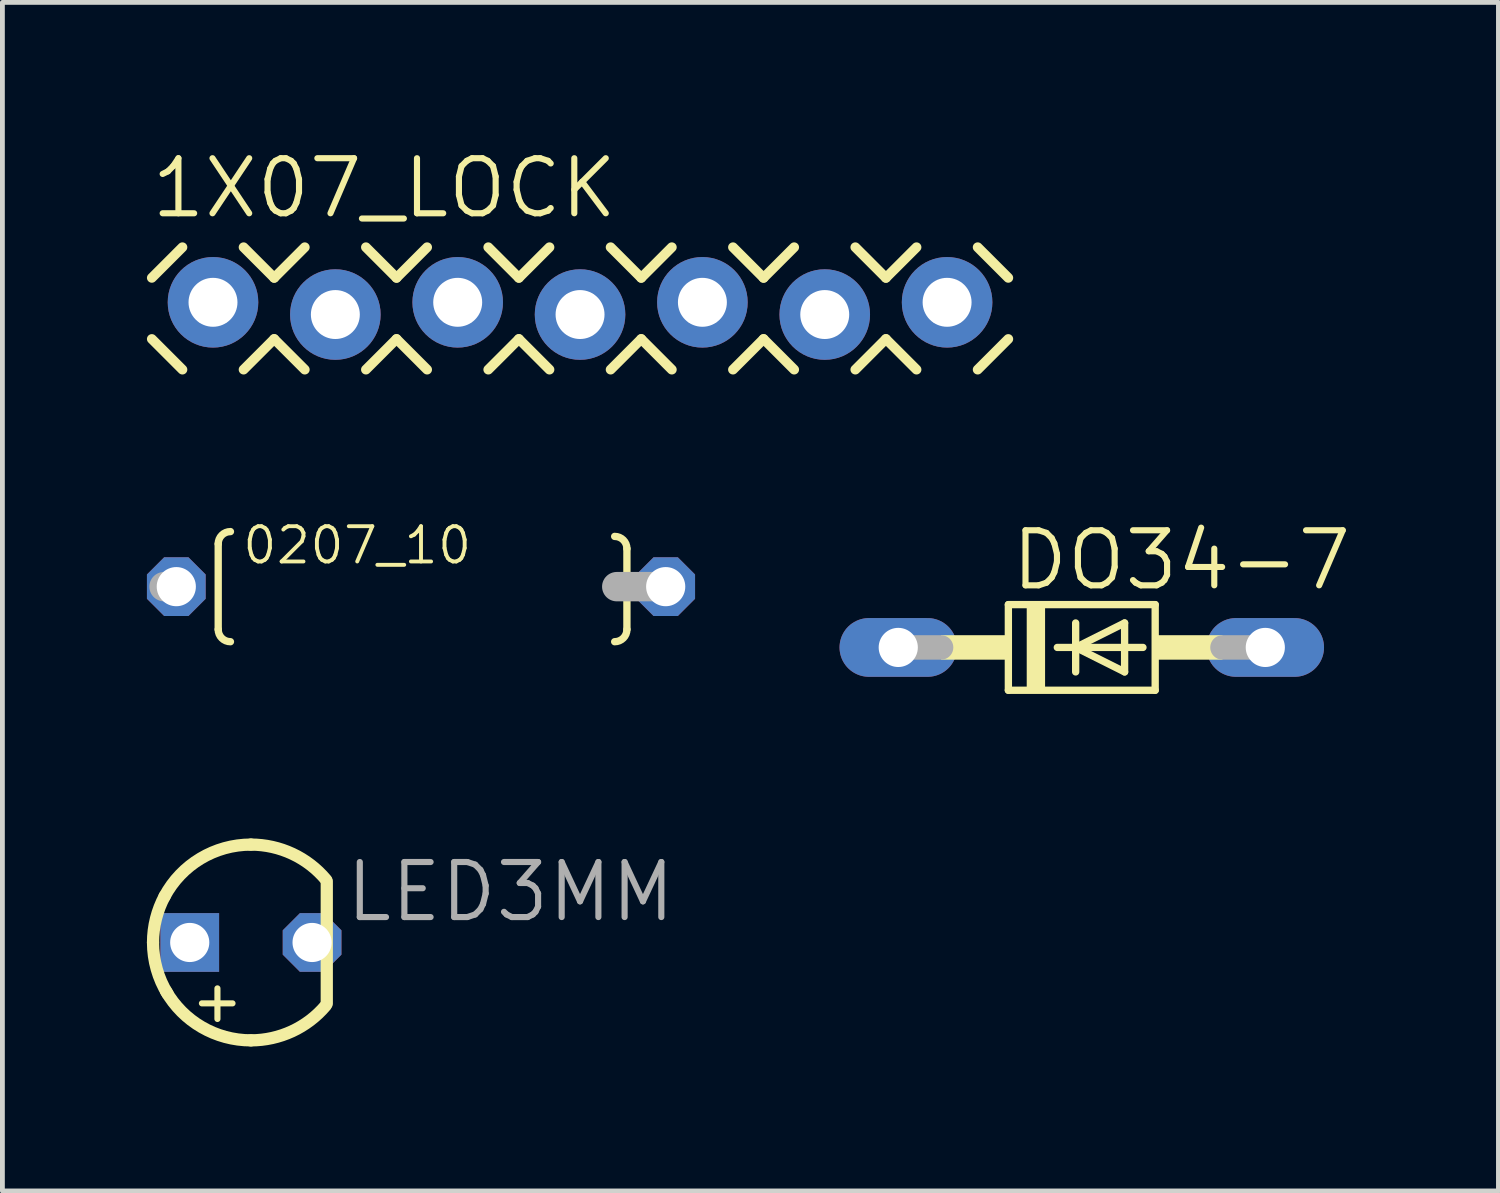
<source format=kicad_pcb>
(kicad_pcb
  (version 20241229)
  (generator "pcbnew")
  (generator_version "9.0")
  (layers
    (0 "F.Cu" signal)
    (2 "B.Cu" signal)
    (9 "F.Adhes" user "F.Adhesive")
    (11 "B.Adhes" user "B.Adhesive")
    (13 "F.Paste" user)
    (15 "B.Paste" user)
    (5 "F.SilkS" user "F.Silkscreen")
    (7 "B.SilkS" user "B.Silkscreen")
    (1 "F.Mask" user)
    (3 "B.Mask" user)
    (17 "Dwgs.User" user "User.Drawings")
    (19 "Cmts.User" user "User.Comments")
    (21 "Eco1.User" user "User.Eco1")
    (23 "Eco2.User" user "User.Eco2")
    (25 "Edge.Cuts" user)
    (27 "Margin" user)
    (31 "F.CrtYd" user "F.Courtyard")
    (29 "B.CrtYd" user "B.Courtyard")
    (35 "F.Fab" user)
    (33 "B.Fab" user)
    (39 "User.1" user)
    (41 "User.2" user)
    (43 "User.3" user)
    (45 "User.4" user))
  (footprint "0207_10"
    (layer "F.Cu")
    (at 5.69 9.129)
    (property "Reference" "0207_10" (at -3.748 -0.429 0) (unlocked yes) (layer "F.SilkS") (effects (font (size 0.732 0.732) (thickness 0.081)) (justify left bottom)))
    (fp_line (start -4.21 0.889) (end -4.21 -0.889) (stroke (width 0.152) (type solid)) (layer "F.SilkS"))
    (fp_line (start 4.275 0.889) (end 4.275 -0.789) (stroke (width 0.152) (type solid)) (layer "F.SilkS"))
    (fp_arc (start -4.21 -0.889) (mid -4.135605 -1.068605) (end -3.956 -1.143) (stroke (width 0.1524) (type solid)) (layer "F.SilkS"))
    (fp_arc (start -3.956 1.143) (mid -4.135605 1.068605) (end -4.21 0.889) (stroke (width 0.1524) (type solid)) (layer "F.SilkS"))
    (fp_arc (start 4.021 -1.043) (mid 4.200605 -0.968605) (end 4.275 -0.789) (stroke (width 0.1524) (type solid)) (layer "F.SilkS"))
    (fp_arc (start 4.275 0.889) (mid 4.200605 1.068605) (end 4.021 1.143) (stroke (width 0.1524) (type solid)) (layer "F.SilkS"))
    (fp_line (start -5.08 0) (end -5.334 0) (stroke (width 0.61) (type solid)) (layer "F.Fab"))
    (fp_line (start 5.08 0) (end 4.064 0) (stroke (width 0.61) (type solid)) (layer "F.Fab"))
    (pad "1" thru_hole roundrect (at -5.08 0) (size 1.219 1.219) (drill 0.813) (layers "*.Cu" "*.Mask") (roundrect_rratio 0.25) (chamfer_ratio 0.293) (chamfer top_left top_right bottom_left bottom_right))
    (pad "2" thru_hole roundrect (at 5.08 0) (size 1.219 1.219) (drill 0.813) (layers "*.Cu" "*.Mask") (roundrect_rratio 0.25) (chamfer_ratio 0.293) (chamfer top_left top_right bottom_left bottom_right)))
  (footprint "1X07_LOCK"
    (layer "F.Cu")
    (at 1.372 3.353)
    (property "Reference" "1X07_LOCK" (at -1.346 -1.829 0) (unlocked yes) (layer "F.SilkS") (effects (font (size 1.143 1.143) (thickness 0.127)) (justify left bottom)))
    (fp_line (start -1.27 0.635) (end -0.635 1.27) (stroke (width 0.203) (type solid)) (layer "F.SilkS"))
    (fp_line (start -0.635 -1.27) (end -1.27 -0.635) (stroke (width 0.203) (type solid)) (layer "F.SilkS"))
    (fp_line (start 0.635 -1.27) (end 1.27 -0.635) (stroke (width 0.203) (type solid)) (layer "F.SilkS"))
    (fp_line (start 1.27 -0.635) (end 1.905 -1.27) (stroke (width 0.203) (type solid)) (layer "F.SilkS"))
    (fp_line (start 1.27 0.635) (end 0.635 1.27) (stroke (width 0.203) (type solid)) (layer "F.SilkS"))
    (fp_line (start 1.905 1.27) (end 1.27 0.635) (stroke (width 0.203) (type solid)) (layer "F.SilkS"))
    (fp_line (start 3.175 -1.27) (end 3.81 -0.635) (stroke (width 0.203) (type solid)) (layer "F.SilkS"))
    (fp_line (start 3.81 -0.635) (end 4.445 -1.27) (stroke (width 0.203) (type solid)) (layer "F.SilkS"))
    (fp_line (start 3.81 0.635) (end 3.175 1.27) (stroke (width 0.203) (type solid)) (layer "F.SilkS"))
    (fp_line (start 4.445 1.27) (end 3.81 0.635) (stroke (width 0.203) (type solid)) (layer "F.SilkS"))
    (fp_line (start 5.715 -1.27) (end 6.35 -0.635) (stroke (width 0.203) (type solid)) (layer "F.SilkS"))
    (fp_line (start 6.35 0.635) (end 5.715 1.27) (stroke (width 0.203) (type solid)) (layer "F.SilkS"))
    (fp_line (start 6.35 0.635) (end 6.985 1.27) (stroke (width 0.203) (type solid)) (layer "F.SilkS"))
    (fp_line (start 6.985 -1.27) (end 6.35 -0.635) (stroke (width 0.203) (type solid)) (layer "F.SilkS"))
    (fp_line (start 8.255 -1.27) (end 8.89 -0.635) (stroke (width 0.203) (type solid)) (layer "F.SilkS"))
    (fp_line (start 8.89 -0.635) (end 9.525 -1.27) (stroke (width 0.203) (type solid)) (layer "F.SilkS"))
    (fp_line (start 8.89 0.635) (end 8.255 1.27) (stroke (width 0.203) (type solid)) (layer "F.SilkS"))
    (fp_line (start 9.525 1.27) (end 8.89 0.635) (stroke (width 0.203) (type solid)) (layer "F.SilkS"))
    (fp_line (start 10.795 -1.27) (end 11.43 -0.635) (stroke (width 0.203) (type solid)) (layer "F.SilkS"))
    (fp_line (start 11.43 -0.635) (end 12.065 -1.27) (stroke (width 0.203) (type solid)) (layer "F.SilkS"))
    (fp_line (start 11.43 0.635) (end 10.795 1.27) (stroke (width 0.203) (type solid)) (layer "F.SilkS"))
    (fp_line (start 12.065 1.27) (end 11.43 0.635) (stroke (width 0.203) (type solid)) (layer "F.SilkS"))
    (fp_line (start 13.335 -1.27) (end 13.97 -0.635) (stroke (width 0.203) (type solid)) (layer "F.SilkS"))
    (fp_line (start 13.97 0.635) (end 13.335 1.27) (stroke (width 0.203) (type solid)) (layer "F.SilkS"))
    (fp_line (start 13.97 0.635) (end 14.605 1.27) (stroke (width 0.203) (type solid)) (layer "F.SilkS"))
    (fp_line (start 14.605 -1.27) (end 13.97 -0.635) (stroke (width 0.203) (type solid)) (layer "F.SilkS"))
    (fp_line (start 15.875 -1.27) (end 16.51 -0.635) (stroke (width 0.203) (type solid)) (layer "F.SilkS"))
    (fp_line (start 16.51 0.635) (end 15.875 1.27) (stroke (width 0.203) (type solid)) (layer "F.SilkS"))
    (fp_poly (pts (xy -0.254 0.254) (xy 0.254 0.254) (xy 0.254 -0.254) (xy -0.254 -0.254)) (stroke (width 0.1) (type default)) (fill no) (layer "F.Fab"))
    (fp_poly (pts (xy 2.286 0.254) (xy 2.794 0.254) (xy 2.794 -0.254) (xy 2.286 -0.254)) (stroke (width 0.1) (type default)) (fill no) (layer "F.Fab"))
    (fp_poly (pts (xy 4.826 0.254) (xy 5.334 0.254) (xy 5.334 -0.254) (xy 4.826 -0.254)) (stroke (width 0.1) (type default)) (fill no) (layer "F.Fab"))
    (fp_poly (pts (xy 7.366 0.254) (xy 7.874 0.254) (xy 7.874 -0.254) (xy 7.366 -0.254)) (stroke (width 0.1) (type default)) (fill no) (layer "F.Fab"))
    (fp_poly (pts (xy 9.906 0.254) (xy 10.414 0.254) (xy 10.414 -0.254) (xy 9.906 -0.254)) (stroke (width 0.1) (type default)) (fill no) (layer "F.Fab"))
    (fp_poly (pts (xy 12.446 0.254) (xy 12.954 0.254) (xy 12.954 -0.254) (xy 12.446 -0.254)) (stroke (width 0.1) (type default)) (fill no) (layer "F.Fab"))
    (fp_poly (pts (xy 14.986 0.254) (xy 15.494 0.254) (xy 15.494 -0.254) (xy 14.986 -0.254)) (stroke (width 0.1) (type default)) (fill no) (layer "F.Fab"))
    (pad "1" thru_hole circle (at 0 -0.127 90) (size 1.88 1.88) (drill 1.016) (layers "*.Cu" "*.Mask"))
    (pad "2" thru_hole circle (at 2.54 0.127 90) (size 1.88 1.88) (drill 1.016) (layers "*.Cu" "*.Mask"))
    (pad "3" thru_hole circle (at 5.08 -0.127 90) (size 1.88 1.88) (drill 1.016) (layers "*.Cu" "*.Mask"))
    (pad "4" thru_hole circle (at 7.62 0.127 90) (size 1.88 1.88) (drill 1.016) (layers "*.Cu" "*.Mask"))
    (pad "5" thru_hole circle (at 10.16 -0.127 90) (size 1.88 1.88) (drill 1.016) (layers "*.Cu" "*.Mask"))
    (pad "6" thru_hole circle (at 12.7 0.127 90) (size 1.88 1.88) (drill 1.016) (layers "*.Cu" "*.Mask"))
    (pad "7" thru_hole circle (at 15.24 -0.127 90) (size 1.88 1.88) (drill 1.016) (layers "*.Cu" "*.Mask")))
  (footprint "DO34-7"
    (layer "F.Cu")
    (at 19.408 10.391)
    (property "Reference" "DO34-7" (at -1.524 -1.143 0) (unlocked yes) (layer "F.SilkS") (effects (font (size 1.143 1.143) (thickness 0.127)) (justify left bottom)))
    (fp_line (start -1.524 -0.889) (end -1.524 0.889) (stroke (width 0.152) (type solid)) (layer "F.SilkS"))
    (fp_line (start -1.524 0.889) (end 1.524 0.889) (stroke (width 0.152) (type solid)) (layer "F.SilkS"))
    (fp_line (start -0.508 0) (end -0.127 0) (stroke (width 0.152) (type solid)) (layer "F.SilkS"))
    (fp_line (start -0.127 -0.508) (end -0.127 0) (stroke (width 0.152) (type solid)) (layer "F.SilkS"))
    (fp_line (start -0.127 0) (end -0.127 0.508) (stroke (width 0.152) (type solid)) (layer "F.SilkS"))
    (fp_line (start -0.127 0) (end 0.889 -0.508) (stroke (width 0.152) (type solid)) (layer "F.SilkS"))
    (fp_line (start -0.127 0) (end 1.27 0) (stroke (width 0.152) (type solid)) (layer "F.SilkS"))
    (fp_line (start 0.889 -0.508) (end 0.889 0.508) (stroke (width 0.152) (type solid)) (layer "F.SilkS"))
    (fp_line (start 0.889 0.508) (end -0.127 0) (stroke (width 0.152) (type solid)) (layer "F.SilkS"))
    (fp_line (start 1.524 -0.889) (end -1.524 -0.889) (stroke (width 0.152) (type solid)) (layer "F.SilkS"))
    (fp_line (start 1.524 0.889) (end 1.524 -0.889) (stroke (width 0.152) (type solid)) (layer "F.SilkS"))
    (fp_poly (pts (xy -2.921 0.254) (xy -1.524 0.254) (xy -1.524 -0.254) (xy -2.921 -0.254)) (stroke (width 0) (type default)) (fill yes) (layer "F.SilkS"))
    (fp_poly (pts (xy -1.143 0.889) (xy -0.762 0.889) (xy -0.762 -0.889) (xy -1.143 -0.889)) (stroke (width 0) (type default)) (fill yes) (layer "F.SilkS"))
    (fp_poly (pts (xy 1.524 0.254) (xy 2.921 0.254) (xy 2.921 -0.254) (xy 1.524 -0.254)) (stroke (width 0) (type default)) (fill yes) (layer "F.SilkS"))
    (fp_line (start -3.81 0) (end -2.921 0) (stroke (width 0.508) (type solid)) (layer "F.Fab"))
    (fp_line (start 3.81 0) (end 2.921 0) (stroke (width 0.508) (type solid)) (layer "F.Fab"))
    (pad "A" thru_hole oval (at 3.81 0) (size 2.438 1.219) (drill 0.813) (layers "*.Cu" "*.Mask"))
    (pad "C" thru_hole oval (at -3.81 0) (size 2.438 1.219) (drill 0.813) (layers "*.Cu" "*.Mask")))
  (footprint "LED3MM"
    (layer "F.Cu")
    (at 2.159 16.516)
    (property "Reference" "LED3MM" (at 1.905 -0.381 0) (unlocked yes) (layer "F.Fab") (effects (font (size 1.143 1.143) (thickness 0.127)) (justify left bottom)))
    (fp_line (start -0.695 1.588) (end -0.695 0.953) (stroke (width 0.127) (type solid)) (layer "F.SilkS"))
    (fp_line (start -0.382 1.264) (end -1.017 1.264) (stroke (width 0.127) (type solid)) (layer "F.SilkS"))
    (fp_line (start 1.575 1.27) (end 1.575 -1.27) (stroke (width 0.254) (type solid)) (layer "F.SilkS"))
    (fp_arc (start -2.032 0) (mid -1.970339 -0.496775) (end -1.7891 -0.9634) (stroke (width 0.254) (type solid)) (layer "F.SilkS"))
    (fp_arc (start -1.7929 -0.9562) (mid -1.045438 -1.7424) (end 0 -2.032) (stroke (width 0.254) (type solid)) (layer "F.SilkS"))
    (fp_arc (start -1.7306 1.065) (mid -1.95521 0.553417) (end -2.032 0) (stroke (width 0.254) (type solid)) (layer "F.SilkS"))
    (fp_arc (start 0 -2.032) (mid 0.861864 -1.840173) (end 1.561 -1.3009) (stroke (width 0.254) (type solid)) (layer "F.SilkS"))
    (fp_arc (start 0 2.032) (mid -1.019924 1.757525) (end -1.7643 1.0082) (stroke (width 0.254) (type solid)) (layer "F.SilkS"))
    (fp_arc (start 1.5512 1.3126) (mid 0.854953 1.843405) (end 0 2.032) (stroke (width 0.254) (type solid)) (layer "F.SilkS"))
    (pad "A" thru_hole rect (at -1.27 0) (size 1.219 1.219) (drill 0.813) (layers "*.Cu" "*.Mask"))
    (pad "K" thru_hole roundrect (at 1.27 0) (size 1.219 1.219) (drill 0.813) (layers "*.Cu" "*.Mask") (roundrect_rratio 0.25) (chamfer_ratio 0.293) (chamfer top_left top_right bottom_left bottom_right)))
  (gr_rect
    (start -3 -3)
    (end 28.058 21.675)
    (stroke (width 0.1) (type default))
    (fill no)
    (layer "Edge.Cuts")))
</source>
